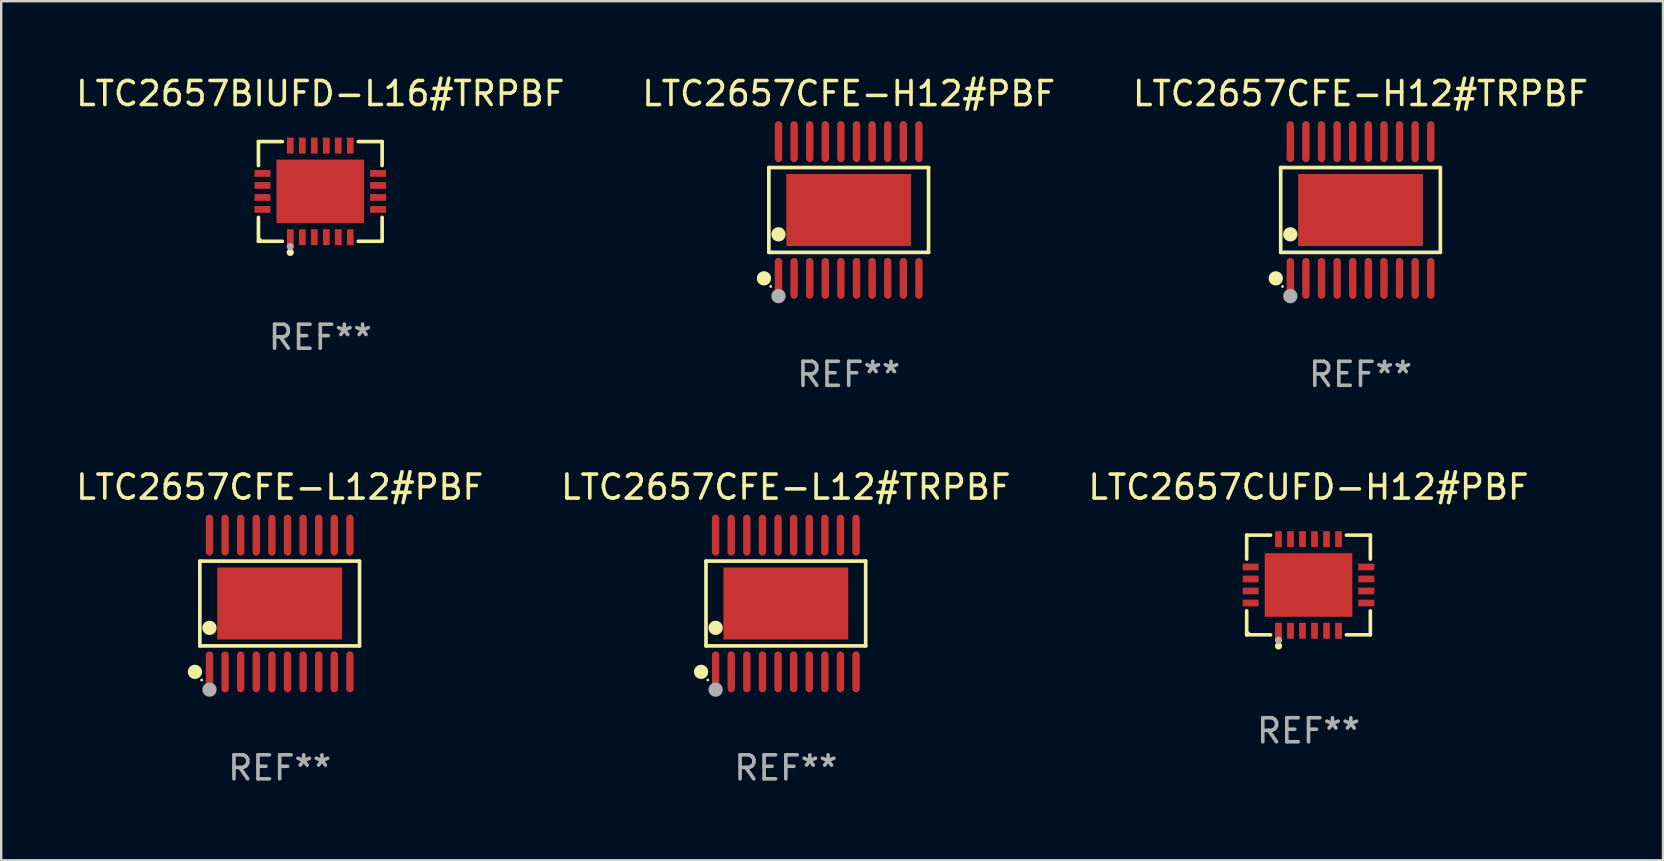
<source format=kicad_pcb>
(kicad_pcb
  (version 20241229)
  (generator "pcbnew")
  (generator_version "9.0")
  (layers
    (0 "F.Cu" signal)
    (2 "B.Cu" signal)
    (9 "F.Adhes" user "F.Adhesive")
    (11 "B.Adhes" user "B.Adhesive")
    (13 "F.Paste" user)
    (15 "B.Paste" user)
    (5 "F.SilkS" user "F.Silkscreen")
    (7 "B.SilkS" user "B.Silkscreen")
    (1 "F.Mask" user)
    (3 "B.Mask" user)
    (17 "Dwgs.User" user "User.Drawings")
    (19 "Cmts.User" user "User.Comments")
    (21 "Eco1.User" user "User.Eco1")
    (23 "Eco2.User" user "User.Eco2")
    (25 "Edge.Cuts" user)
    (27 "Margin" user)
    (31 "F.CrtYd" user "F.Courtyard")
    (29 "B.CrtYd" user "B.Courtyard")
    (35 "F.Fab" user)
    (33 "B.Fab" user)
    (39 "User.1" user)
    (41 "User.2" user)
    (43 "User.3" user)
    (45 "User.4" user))
  (footprint "LTC2657CUFD-H12#PBF"
    (layer "F.Cu")
    (at 51.458 21.318)
    (property "Reference" "LTC2657CUFD-H12#PBF" (at 0 -4.076 0) (layer "F.SilkS") (effects (font (size 1 1) (thickness 0.15))))
    (attr through_hole)
    (fp_line (start -2.576 -2.076) (end -1.58 -2.076) (stroke (width 0.152) (type solid)) (layer "F.SilkS"))
    (fp_line (start -2.576 -1.08) (end -2.576 -2.076) (stroke (width 0.152) (type solid)) (layer "F.SilkS"))
    (fp_line (start -2.576 1.08) (end -2.576 2.076) (stroke (width 0.152) (type solid)) (layer "F.SilkS"))
    (fp_line (start -2.576 2.076) (end -1.58 2.076) (stroke (width 0.152) (type solid)) (layer "F.SilkS"))
    (fp_line (start 2.576 -2.076) (end 1.58 -2.076) (stroke (width 0.152) (type solid)) (layer "F.SilkS"))
    (fp_line (start 2.576 -1.08) (end 2.576 -2.076) (stroke (width 0.152) (type solid)) (layer "F.SilkS"))
    (fp_line (start 2.576 1.08) (end 2.576 2.076) (stroke (width 0.152) (type solid)) (layer "F.SilkS"))
    (fp_line (start 2.576 2.076) (end 1.58 2.076) (stroke (width 0.152) (type solid)) (layer "F.SilkS"))
    (fp_circle (center -2.5 2) (end -2.47 2) (stroke (width 0.06) (type solid)) (fill no) (layer "F.SilkS"))
    (fp_circle (center -1.25 2.54) (end -1.175 2.54) (stroke (width 0.15) (type solid)) (fill no) (layer "F.SilkS"))
    (fp_circle (center -1.25 2.3) (end -1.175 2.3) (stroke (width 0.15) (type solid)) (fill no) (layer "F.Fab"))
    (fp_text user "REF**" (at 0 6.076 0) (layer "F.Fab") (effects (font (size 1 1) (thickness 0.15))))
    (pad "1" smd rect (at -1.25 1.908) (size 0.28 0.665) (layers "F.Cu" "F.Mask" "F.Paste"))
    (pad "2" smd rect (at -0.75 1.908) (size 0.28 0.665) (layers "F.Cu" "F.Mask" "F.Paste"))
    (pad "3" smd rect (at -0.25 1.908) (size 0.28 0.665) (layers "F.Cu" "F.Mask" "F.Paste"))
    (pad "4" smd rect (at 0.25 1.908) (size 0.28 0.665) (layers "F.Cu" "F.Mask" "F.Paste"))
    (pad "5" smd rect (at 0.75 1.908) (size 0.28 0.665) (layers "F.Cu" "F.Mask" "F.Paste"))
    (pad "6" smd rect (at 1.25 1.908) (size 0.28 0.665) (layers "F.Cu" "F.Mask" "F.Paste"))
    (pad "7" smd rect (at 2.407 0.75) (size 0.665 0.28) (layers "F.Cu" "F.Mask" "F.Paste"))
    (pad "8" smd rect (at 2.407 0.25) (size 0.665 0.28) (layers "F.Cu" "F.Mask" "F.Paste"))
    (pad "9" smd rect (at 2.407 -0.25) (size 0.665 0.28) (layers "F.Cu" "F.Mask" "F.Paste"))
    (pad "10" smd rect (at 2.407 -0.75) (size 0.665 0.28) (layers "F.Cu" "F.Mask" "F.Paste"))
    (pad "11" smd rect (at 1.25 -1.908) (size 0.28 0.665) (layers "F.Cu" "F.Mask" "F.Paste"))
    (pad "12" smd rect (at 0.75 -1.908) (size 0.28 0.665) (layers "F.Cu" "F.Mask" "F.Paste"))
    (pad "13" smd rect (at 0.25 -1.908) (size 0.28 0.665) (layers "F.Cu" "F.Mask" "F.Paste"))
    (pad "14" smd rect (at -0.25 -1.908) (size 0.28 0.665) (layers "F.Cu" "F.Mask" "F.Paste"))
    (pad "15" smd rect (at -0.75 -1.908) (size 0.28 0.665) (layers "F.Cu" "F.Mask" "F.Paste"))
    (pad "16" smd rect (at -1.25 -1.908) (size 0.28 0.665) (layers "F.Cu" "F.Mask" "F.Paste"))
    (pad "17" smd rect (at -2.407 -0.75) (size 0.665 0.28) (layers "F.Cu" "F.Mask" "F.Paste"))
    (pad "18" smd rect (at -2.407 -0.25) (size 0.665 0.28) (layers "F.Cu" "F.Mask" "F.Paste"))
    (pad "19" smd rect (at -2.407 0.25) (size 0.665 0.28) (layers "F.Cu" "F.Mask" "F.Paste"))
    (pad "20" smd rect (at -2.407 0.75) (size 0.665 0.28) (layers "F.Cu" "F.Mask" "F.Paste"))
    (pad "21" smd rect (at 0 0) (size 3.65 2.65) (layers "F.Cu" "F.Mask" "F.Paste")))
  (footprint "LTC2657CFE-L12#PBF"
    (layer "F.Cu")
    (at 8.601 22.09)
    (property "Reference" "LTC2657CFE-L12#PBF" (at 0 -4.848 0) (layer "F.SilkS") (effects (font (size 1 1) (thickness 0.15))))
    (attr through_hole)
    (fp_line (start -3.326 -1.766) (end 3.326 -1.766) (stroke (width 0.152) (type solid)) (layer "F.SilkS"))
    (fp_line (start -3.326 1.766) (end -3.326 -1.766) (stroke (width 0.152) (type solid)) (layer "F.SilkS"))
    (fp_line (start 3.326 -1.766) (end 3.326 1.766) (stroke (width 0.152) (type solid)) (layer "F.SilkS"))
    (fp_line (start 3.326 1.766) (end -3.326 1.766) (stroke (width 0.152) (type solid)) (layer "F.SilkS"))
    (fp_circle (center -3.531 2.848) (end -3.381 2.848) (stroke (width 0.3) (type solid)) (fill no) (layer "F.SilkS"))
    (fp_circle (center -3.25 3.187) (end -3.22 3.187) (stroke (width 0.06) (type solid)) (fill no) (layer "F.SilkS"))
    (fp_circle (center -2.925 1.014) (end -2.775 1.014) (stroke (width 0.3) (type solid)) (fill no) (layer "F.SilkS"))
    (fp_circle (center -2.925 3.588) (end -2.775 3.588) (stroke (width 0.3) (type solid)) (fill no) (layer "F.Fab"))
    (fp_text user "REF**" (at 0 6.848 0) (layer "F.Fab") (effects (font (size 1 1) (thickness 0.15))))
    (pad "1" smd oval (at -2.925 2.848) (size 0.308 1.707) (layers "F.Cu" "F.Mask" "F.Paste"))
    (pad "2" smd oval (at -2.275 2.848) (size 0.308 1.707) (layers "F.Cu" "F.Mask" "F.Paste"))
    (pad "3" smd oval (at -1.625 2.848) (size 0.308 1.707) (layers "F.Cu" "F.Mask" "F.Paste"))
    (pad "4" smd oval (at -0.975 2.848) (size 0.308 1.707) (layers "F.Cu" "F.Mask" "F.Paste"))
    (pad "5" smd oval (at -0.325 2.848) (size 0.308 1.707) (layers "F.Cu" "F.Mask" "F.Paste"))
    (pad "6" smd oval (at 0.325 2.848) (size 0.308 1.707) (layers "F.Cu" "F.Mask" "F.Paste"))
    (pad "7" smd oval (at 0.975 2.848) (size 0.308 1.707) (layers "F.Cu" "F.Mask" "F.Paste"))
    (pad "8" smd oval (at 1.625 2.848) (size 0.308 1.707) (layers "F.Cu" "F.Mask" "F.Paste"))
    (pad "9" smd oval (at 2.275 2.848) (size 0.308 1.707) (layers "F.Cu" "F.Mask" "F.Paste"))
    (pad "10" smd oval (at 2.925 2.848) (size 0.308 1.707) (layers "F.Cu" "F.Mask" "F.Paste"))
    (pad "11" smd oval (at 2.925 -2.848) (size 0.308 1.707) (layers "F.Cu" "F.Mask" "F.Paste"))
    (pad "12" smd oval (at 2.275 -2.848) (size 0.308 1.707) (layers "F.Cu" "F.Mask" "F.Paste"))
    (pad "13" smd oval (at 1.625 -2.848) (size 0.308 1.707) (layers "F.Cu" "F.Mask" "F.Paste"))
    (pad "14" smd oval (at 0.975 -2.848) (size 0.308 1.707) (layers "F.Cu" "F.Mask" "F.Paste"))
    (pad "15" smd oval (at 0.325 -2.848) (size 0.308 1.707) (layers "F.Cu" "F.Mask" "F.Paste"))
    (pad "16" smd oval (at -0.325 -2.848) (size 0.308 1.707) (layers "F.Cu" "F.Mask" "F.Paste"))
    (pad "17" smd oval (at -0.975 -2.848) (size 0.308 1.707) (layers "F.Cu" "F.Mask" "F.Paste"))
    (pad "18" smd oval (at -1.625 -2.848) (size 0.308 1.707) (layers "F.Cu" "F.Mask" "F.Paste"))
    (pad "19" smd oval (at -2.275 -2.848) (size 0.308 1.707) (layers "F.Cu" "F.Mask" "F.Paste"))
    (pad "20" smd oval (at -2.925 -2.848) (size 0.308 1.707) (layers "F.Cu" "F.Mask" "F.Paste"))
    (pad "21" smd rect (at 0 0) (size 5.2 3) (layers "F.Cu" "F.Mask" "F.Paste")))
  (footprint "LTC2657CFE-H12#PBF"
    (layer "F.Cu")
    (at 32.304 5.697)
    (property "Reference" "LTC2657CFE-H12#PBF" (at 0 -4.848 0) (layer "F.SilkS") (effects (font (size 1 1) (thickness 0.15))))
    (attr through_hole)
    (fp_line (start -3.326 -1.766) (end 3.326 -1.766) (stroke (width 0.152) (type solid)) (layer "F.SilkS"))
    (fp_line (start -3.326 1.766) (end -3.326 -1.766) (stroke (width 0.152) (type solid)) (layer "F.SilkS"))
    (fp_line (start 3.326 -1.766) (end 3.326 1.766) (stroke (width 0.152) (type solid)) (layer "F.SilkS"))
    (fp_line (start 3.326 1.766) (end -3.326 1.766) (stroke (width 0.152) (type solid)) (layer "F.SilkS"))
    (fp_circle (center -3.531 2.848) (end -3.381 2.848) (stroke (width 0.3) (type solid)) (fill no) (layer "F.SilkS"))
    (fp_circle (center -3.25 3.187) (end -3.22 3.187) (stroke (width 0.06) (type solid)) (fill no) (layer "F.SilkS"))
    (fp_circle (center -2.925 1.014) (end -2.775 1.014) (stroke (width 0.3) (type solid)) (fill no) (layer "F.SilkS"))
    (fp_circle (center -2.925 3.588) (end -2.775 3.588) (stroke (width 0.3) (type solid)) (fill no) (layer "F.Fab"))
    (fp_text user "REF**" (at 0 6.848 0) (layer "F.Fab") (effects (font (size 1 1) (thickness 0.15))))
    (pad "1" smd oval (at -2.925 2.848) (size 0.308 1.707) (layers "F.Cu" "F.Mask" "F.Paste"))
    (pad "2" smd oval (at -2.275 2.848) (size 0.308 1.707) (layers "F.Cu" "F.Mask" "F.Paste"))
    (pad "3" smd oval (at -1.625 2.848) (size 0.308 1.707) (layers "F.Cu" "F.Mask" "F.Paste"))
    (pad "4" smd oval (at -0.975 2.848) (size 0.308 1.707) (layers "F.Cu" "F.Mask" "F.Paste"))
    (pad "5" smd oval (at -0.325 2.848) (size 0.308 1.707) (layers "F.Cu" "F.Mask" "F.Paste"))
    (pad "6" smd oval (at 0.325 2.848) (size 0.308 1.707) (layers "F.Cu" "F.Mask" "F.Paste"))
    (pad "7" smd oval (at 0.975 2.848) (size 0.308 1.707) (layers "F.Cu" "F.Mask" "F.Paste"))
    (pad "8" smd oval (at 1.625 2.848) (size 0.308 1.707) (layers "F.Cu" "F.Mask" "F.Paste"))
    (pad "9" smd oval (at 2.275 2.848) (size 0.308 1.707) (layers "F.Cu" "F.Mask" "F.Paste"))
    (pad "10" smd oval (at 2.925 2.848) (size 0.308 1.707) (layers "F.Cu" "F.Mask" "F.Paste"))
    (pad "11" smd oval (at 2.925 -2.848) (size 0.308 1.707) (layers "F.Cu" "F.Mask" "F.Paste"))
    (pad "12" smd oval (at 2.275 -2.848) (size 0.308 1.707) (layers "F.Cu" "F.Mask" "F.Paste"))
    (pad "13" smd oval (at 1.625 -2.848) (size 0.308 1.707) (layers "F.Cu" "F.Mask" "F.Paste"))
    (pad "14" smd oval (at 0.975 -2.848) (size 0.308 1.707) (layers "F.Cu" "F.Mask" "F.Paste"))
    (pad "15" smd oval (at 0.325 -2.848) (size 0.308 1.707) (layers "F.Cu" "F.Mask" "F.Paste"))
    (pad "16" smd oval (at -0.325 -2.848) (size 0.308 1.707) (layers "F.Cu" "F.Mask" "F.Paste"))
    (pad "17" smd oval (at -0.975 -2.848) (size 0.308 1.707) (layers "F.Cu" "F.Mask" "F.Paste"))
    (pad "18" smd oval (at -1.625 -2.848) (size 0.308 1.707) (layers "F.Cu" "F.Mask" "F.Paste"))
    (pad "19" smd oval (at -2.275 -2.848) (size 0.308 1.707) (layers "F.Cu" "F.Mask" "F.Paste"))
    (pad "20" smd oval (at -2.925 -2.848) (size 0.308 1.707) (layers "F.Cu" "F.Mask" "F.Paste"))
    (pad "21" smd rect (at 0 0) (size 5.2 3) (layers "F.Cu" "F.Mask" "F.Paste")))
  (footprint "LTC2657CFE-L12#TRPBF"
    (layer "F.Cu")
    (at 29.685 22.09)
    (property "Reference" "LTC2657CFE-L12#TRPBF" (at 0 -4.848 0) (layer "F.SilkS") (effects (font (size 1 1) (thickness 0.15))))
    (attr through_hole)
    (fp_line (start -3.326 -1.766) (end 3.326 -1.766) (stroke (width 0.152) (type solid)) (layer "F.SilkS"))
    (fp_line (start -3.326 1.766) (end -3.326 -1.766) (stroke (width 0.152) (type solid)) (layer "F.SilkS"))
    (fp_line (start 3.326 -1.766) (end 3.326 1.766) (stroke (width 0.152) (type solid)) (layer "F.SilkS"))
    (fp_line (start 3.326 1.766) (end -3.326 1.766) (stroke (width 0.152) (type solid)) (layer "F.SilkS"))
    (fp_circle (center -3.531 2.848) (end -3.381 2.848) (stroke (width 0.3) (type solid)) (fill no) (layer "F.SilkS"))
    (fp_circle (center -3.25 3.187) (end -3.22 3.187) (stroke (width 0.06) (type solid)) (fill no) (layer "F.SilkS"))
    (fp_circle (center -2.925 1.014) (end -2.775 1.014) (stroke (width 0.3) (type solid)) (fill no) (layer "F.SilkS"))
    (fp_circle (center -2.925 3.588) (end -2.775 3.588) (stroke (width 0.3) (type solid)) (fill no) (layer "F.Fab"))
    (fp_text user "REF**" (at 0 6.848 0) (layer "F.Fab") (effects (font (size 1 1) (thickness 0.15))))
    (pad "1" smd oval (at -2.925 2.848) (size 0.308 1.707) (layers "F.Cu" "F.Mask" "F.Paste"))
    (pad "2" smd oval (at -2.275 2.848) (size 0.308 1.707) (layers "F.Cu" "F.Mask" "F.Paste"))
    (pad "3" smd oval (at -1.625 2.848) (size 0.308 1.707) (layers "F.Cu" "F.Mask" "F.Paste"))
    (pad "4" smd oval (at -0.975 2.848) (size 0.308 1.707) (layers "F.Cu" "F.Mask" "F.Paste"))
    (pad "5" smd oval (at -0.325 2.848) (size 0.308 1.707) (layers "F.Cu" "F.Mask" "F.Paste"))
    (pad "6" smd oval (at 0.325 2.848) (size 0.308 1.707) (layers "F.Cu" "F.Mask" "F.Paste"))
    (pad "7" smd oval (at 0.975 2.848) (size 0.308 1.707) (layers "F.Cu" "F.Mask" "F.Paste"))
    (pad "8" smd oval (at 1.625 2.848) (size 0.308 1.707) (layers "F.Cu" "F.Mask" "F.Paste"))
    (pad "9" smd oval (at 2.275 2.848) (size 0.308 1.707) (layers "F.Cu" "F.Mask" "F.Paste"))
    (pad "10" smd oval (at 2.925 2.848) (size 0.308 1.707) (layers "F.Cu" "F.Mask" "F.Paste"))
    (pad "11" smd oval (at 2.925 -2.848) (size 0.308 1.707) (layers "F.Cu" "F.Mask" "F.Paste"))
    (pad "12" smd oval (at 2.275 -2.848) (size 0.308 1.707) (layers "F.Cu" "F.Mask" "F.Paste"))
    (pad "13" smd oval (at 1.625 -2.848) (size 0.308 1.707) (layers "F.Cu" "F.Mask" "F.Paste"))
    (pad "14" smd oval (at 0.975 -2.848) (size 0.308 1.707) (layers "F.Cu" "F.Mask" "F.Paste"))
    (pad "15" smd oval (at 0.325 -2.848) (size 0.308 1.707) (layers "F.Cu" "F.Mask" "F.Paste"))
    (pad "16" smd oval (at -0.325 -2.848) (size 0.308 1.707) (layers "F.Cu" "F.Mask" "F.Paste"))
    (pad "17" smd oval (at -0.975 -2.848) (size 0.308 1.707) (layers "F.Cu" "F.Mask" "F.Paste"))
    (pad "18" smd oval (at -1.625 -2.848) (size 0.308 1.707) (layers "F.Cu" "F.Mask" "F.Paste"))
    (pad "19" smd oval (at -2.275 -2.848) (size 0.308 1.707) (layers "F.Cu" "F.Mask" "F.Paste"))
    (pad "20" smd oval (at -2.925 -2.848) (size 0.308 1.707) (layers "F.Cu" "F.Mask" "F.Paste"))
    (pad "21" smd rect (at 0 0) (size 5.2 3) (layers "F.Cu" "F.Mask" "F.Paste")))
  (footprint "LTC2657CFE-H12#TRPBF"
    (layer "F.Cu")
    (at 53.625 5.697)
    (property "Reference" "LTC2657CFE-H12#TRPBF" (at 0 -4.848 0) (layer "F.SilkS") (effects (font (size 1 1) (thickness 0.15))))
    (attr through_hole)
    (fp_line (start -3.326 -1.766) (end 3.326 -1.766) (stroke (width 0.152) (type solid)) (layer "F.SilkS"))
    (fp_line (start -3.326 1.766) (end -3.326 -1.766) (stroke (width 0.152) (type solid)) (layer "F.SilkS"))
    (fp_line (start 3.326 -1.766) (end 3.326 1.766) (stroke (width 0.152) (type solid)) (layer "F.SilkS"))
    (fp_line (start 3.326 1.766) (end -3.326 1.766) (stroke (width 0.152) (type solid)) (layer "F.SilkS"))
    (fp_circle (center -3.531 2.848) (end -3.381 2.848) (stroke (width 0.3) (type solid)) (fill no) (layer "F.SilkS"))
    (fp_circle (center -3.25 3.187) (end -3.22 3.187) (stroke (width 0.06) (type solid)) (fill no) (layer "F.SilkS"))
    (fp_circle (center -2.925 1.014) (end -2.775 1.014) (stroke (width 0.3) (type solid)) (fill no) (layer "F.SilkS"))
    (fp_circle (center -2.925 3.588) (end -2.775 3.588) (stroke (width 0.3) (type solid)) (fill no) (layer "F.Fab"))
    (fp_text user "REF**" (at 0 6.848 0) (layer "F.Fab") (effects (font (size 1 1) (thickness 0.15))))
    (pad "1" smd oval (at -2.925 2.848) (size 0.308 1.707) (layers "F.Cu" "F.Mask" "F.Paste"))
    (pad "2" smd oval (at -2.275 2.848) (size 0.308 1.707) (layers "F.Cu" "F.Mask" "F.Paste"))
    (pad "3" smd oval (at -1.625 2.848) (size 0.308 1.707) (layers "F.Cu" "F.Mask" "F.Paste"))
    (pad "4" smd oval (at -0.975 2.848) (size 0.308 1.707) (layers "F.Cu" "F.Mask" "F.Paste"))
    (pad "5" smd oval (at -0.325 2.848) (size 0.308 1.707) (layers "F.Cu" "F.Mask" "F.Paste"))
    (pad "6" smd oval (at 0.325 2.848) (size 0.308 1.707) (layers "F.Cu" "F.Mask" "F.Paste"))
    (pad "7" smd oval (at 0.975 2.848) (size 0.308 1.707) (layers "F.Cu" "F.Mask" "F.Paste"))
    (pad "8" smd oval (at 1.625 2.848) (size 0.308 1.707) (layers "F.Cu" "F.Mask" "F.Paste"))
    (pad "9" smd oval (at 2.275 2.848) (size 0.308 1.707) (layers "F.Cu" "F.Mask" "F.Paste"))
    (pad "10" smd oval (at 2.925 2.848) (size 0.308 1.707) (layers "F.Cu" "F.Mask" "F.Paste"))
    (pad "11" smd oval (at 2.925 -2.848) (size 0.308 1.707) (layers "F.Cu" "F.Mask" "F.Paste"))
    (pad "12" smd oval (at 2.275 -2.848) (size 0.308 1.707) (layers "F.Cu" "F.Mask" "F.Paste"))
    (pad "13" smd oval (at 1.625 -2.848) (size 0.308 1.707) (layers "F.Cu" "F.Mask" "F.Paste"))
    (pad "14" smd oval (at 0.975 -2.848) (size 0.308 1.707) (layers "F.Cu" "F.Mask" "F.Paste"))
    (pad "15" smd oval (at 0.325 -2.848) (size 0.308 1.707) (layers "F.Cu" "F.Mask" "F.Paste"))
    (pad "16" smd oval (at -0.325 -2.848) (size 0.308 1.707) (layers "F.Cu" "F.Mask" "F.Paste"))
    (pad "17" smd oval (at -0.975 -2.848) (size 0.308 1.707) (layers "F.Cu" "F.Mask" "F.Paste"))
    (pad "18" smd oval (at -1.625 -2.848) (size 0.308 1.707) (layers "F.Cu" "F.Mask" "F.Paste"))
    (pad "19" smd oval (at -2.275 -2.848) (size 0.308 1.707) (layers "F.Cu" "F.Mask" "F.Paste"))
    (pad "20" smd oval (at -2.925 -2.848) (size 0.308 1.707) (layers "F.Cu" "F.Mask" "F.Paste"))
    (pad "21" smd rect (at 0 0) (size 5.2 3) (layers "F.Cu" "F.Mask" "F.Paste")))
  (footprint "LTC2657BIUFD-L16#TRPBF"
    (layer "F.Cu")
    (at 10.292 4.924)
    (property "Reference" "LTC2657BIUFD-L16#TRPBF" (at 0 -4.076 0) (layer "F.SilkS") (effects (font (size 1 1) (thickness 0.15))))
    (attr through_hole)
    (fp_line (start -2.576 -2.076) (end -1.58 -2.076) (stroke (width 0.152) (type solid)) (layer "F.SilkS"))
    (fp_line (start -2.576 -1.08) (end -2.576 -2.076) (stroke (width 0.152) (type solid)) (layer "F.SilkS"))
    (fp_line (start -2.576 1.08) (end -2.576 2.076) (stroke (width 0.152) (type solid)) (layer "F.SilkS"))
    (fp_line (start -2.576 2.076) (end -1.58 2.076) (stroke (width 0.152) (type solid)) (layer "F.SilkS"))
    (fp_line (start 2.576 -2.076) (end 1.58 -2.076) (stroke (width 0.152) (type solid)) (layer "F.SilkS"))
    (fp_line (start 2.576 -1.08) (end 2.576 -2.076) (stroke (width 0.152) (type solid)) (layer "F.SilkS"))
    (fp_line (start 2.576 1.08) (end 2.576 2.076) (stroke (width 0.152) (type solid)) (layer "F.SilkS"))
    (fp_line (start 2.576 2.076) (end 1.58 2.076) (stroke (width 0.152) (type solid)) (layer "F.SilkS"))
    (fp_circle (center -2.5 2) (end -2.47 2) (stroke (width 0.06) (type solid)) (fill no) (layer "F.SilkS"))
    (fp_circle (center -1.25 2.54) (end -1.175 2.54) (stroke (width 0.15) (type solid)) (fill no) (layer "F.SilkS"))
    (fp_circle (center -1.25 2.3) (end -1.175 2.3) (stroke (width 0.15) (type solid)) (fill no) (layer "F.Fab"))
    (fp_text user "REF**" (at 0 6.076 0) (layer "F.Fab") (effects (font (size 1 1) (thickness 0.15))))
    (pad "1" smd rect (at -1.25 1.908) (size 0.28 0.665) (layers "F.Cu" "F.Mask" "F.Paste"))
    (pad "2" smd rect (at -0.75 1.908) (size 0.28 0.665) (layers "F.Cu" "F.Mask" "F.Paste"))
    (pad "3" smd rect (at -0.25 1.908) (size 0.28 0.665) (layers "F.Cu" "F.Mask" "F.Paste"))
    (pad "4" smd rect (at 0.25 1.908) (size 0.28 0.665) (layers "F.Cu" "F.Mask" "F.Paste"))
    (pad "5" smd rect (at 0.75 1.908) (size 0.28 0.665) (layers "F.Cu" "F.Mask" "F.Paste"))
    (pad "6" smd rect (at 1.25 1.908) (size 0.28 0.665) (layers "F.Cu" "F.Mask" "F.Paste"))
    (pad "7" smd rect (at 2.407 0.75) (size 0.665 0.28) (layers "F.Cu" "F.Mask" "F.Paste"))
    (pad "8" smd rect (at 2.407 0.25) (size 0.665 0.28) (layers "F.Cu" "F.Mask" "F.Paste"))
    (pad "9" smd rect (at 2.407 -0.25) (size 0.665 0.28) (layers "F.Cu" "F.Mask" "F.Paste"))
    (pad "10" smd rect (at 2.407 -0.75) (size 0.665 0.28) (layers "F.Cu" "F.Mask" "F.Paste"))
    (pad "11" smd rect (at 1.25 -1.908) (size 0.28 0.665) (layers "F.Cu" "F.Mask" "F.Paste"))
    (pad "12" smd rect (at 0.75 -1.908) (size 0.28 0.665) (layers "F.Cu" "F.Mask" "F.Paste"))
    (pad "13" smd rect (at 0.25 -1.908) (size 0.28 0.665) (layers "F.Cu" "F.Mask" "F.Paste"))
    (pad "14" smd rect (at -0.25 -1.908) (size 0.28 0.665) (layers "F.Cu" "F.Mask" "F.Paste"))
    (pad "15" smd rect (at -0.75 -1.908) (size 0.28 0.665) (layers "F.Cu" "F.Mask" "F.Paste"))
    (pad "16" smd rect (at -1.25 -1.908) (size 0.28 0.665) (layers "F.Cu" "F.Mask" "F.Paste"))
    (pad "17" smd rect (at -2.407 -0.75) (size 0.665 0.28) (layers "F.Cu" "F.Mask" "F.Paste"))
    (pad "18" smd rect (at -2.407 -0.25) (size 0.665 0.28) (layers "F.Cu" "F.Mask" "F.Paste"))
    (pad "19" smd rect (at -2.407 0.25) (size 0.665 0.28) (layers "F.Cu" "F.Mask" "F.Paste"))
    (pad "20" smd rect (at -2.407 0.75) (size 0.665 0.28) (layers "F.Cu" "F.Mask" "F.Paste"))
    (pad "21" smd rect (at 0 0) (size 3.65 2.65) (layers "F.Cu" "F.Mask" "F.Paste")))
  (gr_rect
    (start -3 -3)
    (end 66.226 32.786)
    (stroke (width 0.1) (type default))
    (fill no)
    (layer "Edge.Cuts")))
</source>
